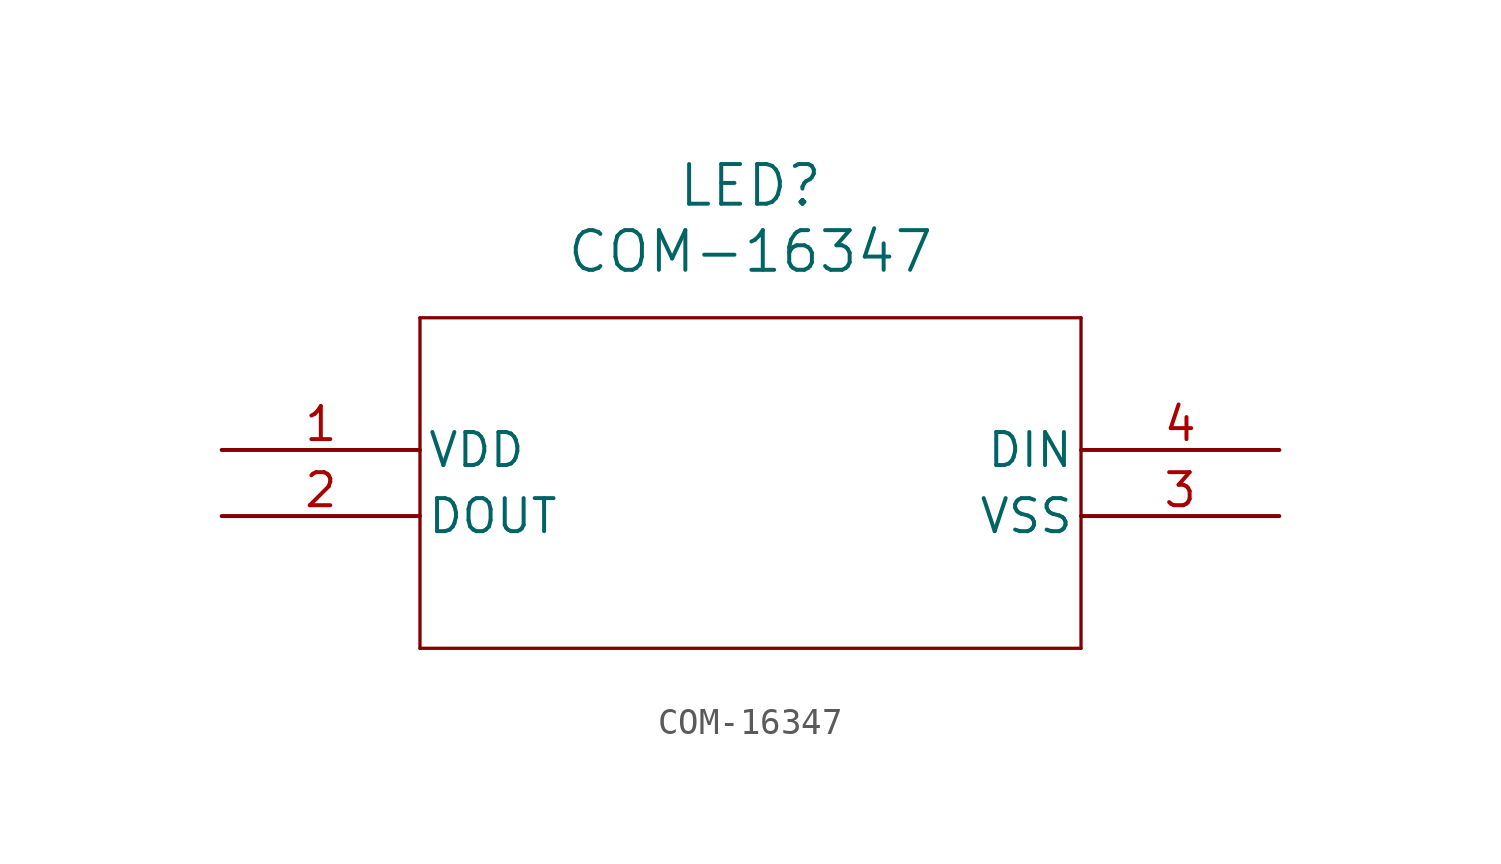
<source format=kicad_sym>
(kicad_symbol_lib
  (version 20211014)
  (generator kicad_symbol_editor)
  (symbol "COM-16347"
    (pin_names
      (offset 0.254))
    (property "Reference" "LED"
      (at 20.32 10.16 0)
      (effects (font (size 1.524 1.524))))
    (property "Value" "COM-16347"
      (at 20.32 7.62 0)
      (effects (font (size 1.524 1.524))))
    (symbol "COM-16347_0_1"
      (polyline (pts (xy 7.62 5.08) (xy 7.62 -7.62)) (stroke (width 0.127) (type default) (color 0 0 0 0)) (fill (type none)))
      (polyline (pts (xy 7.62 -7.62) (xy 33.02 -7.62)) (stroke (width 0.127) (type default) (color 0 0 0 0)) (fill (type none)))
      (polyline (pts (xy 33.02 -7.62) (xy 33.02 5.08)) (stroke (width 0.127) (type default) (color 0 0 0 0)) (fill (type none)))
      (polyline (pts (xy 33.02 5.08) (xy 7.62 5.08)) (stroke (width 0.127) (type default) (color 0 0 0 0)) (fill (type none)))
      (pin power_in line (at 0 0 0) (length 7.62) (name "VDD" (effects (font (size 1.27 1.27)))) (number "1" (effects (font (size 1.27 1.27)))))
      (pin output line (at 0 -2.54 0) (length 7.62) (name "DOUT" (effects (font (size 1.27 1.27)))) (number "2" (effects (font (size 1.27 1.27)))))
      (pin power_out line (at 40.64 -2.54 180) (length 7.62) (name "VSS" (effects (font (size 1.27 1.27)))) (number "3" (effects (font (size 1.27 1.27)))))
      (pin input line (at 40.64 0 180) (length 7.62) (name "DIN" (effects (font (size 1.27 1.27)))) (number "4" (effects (font (size 1.27 1.27))))))))
</source>
